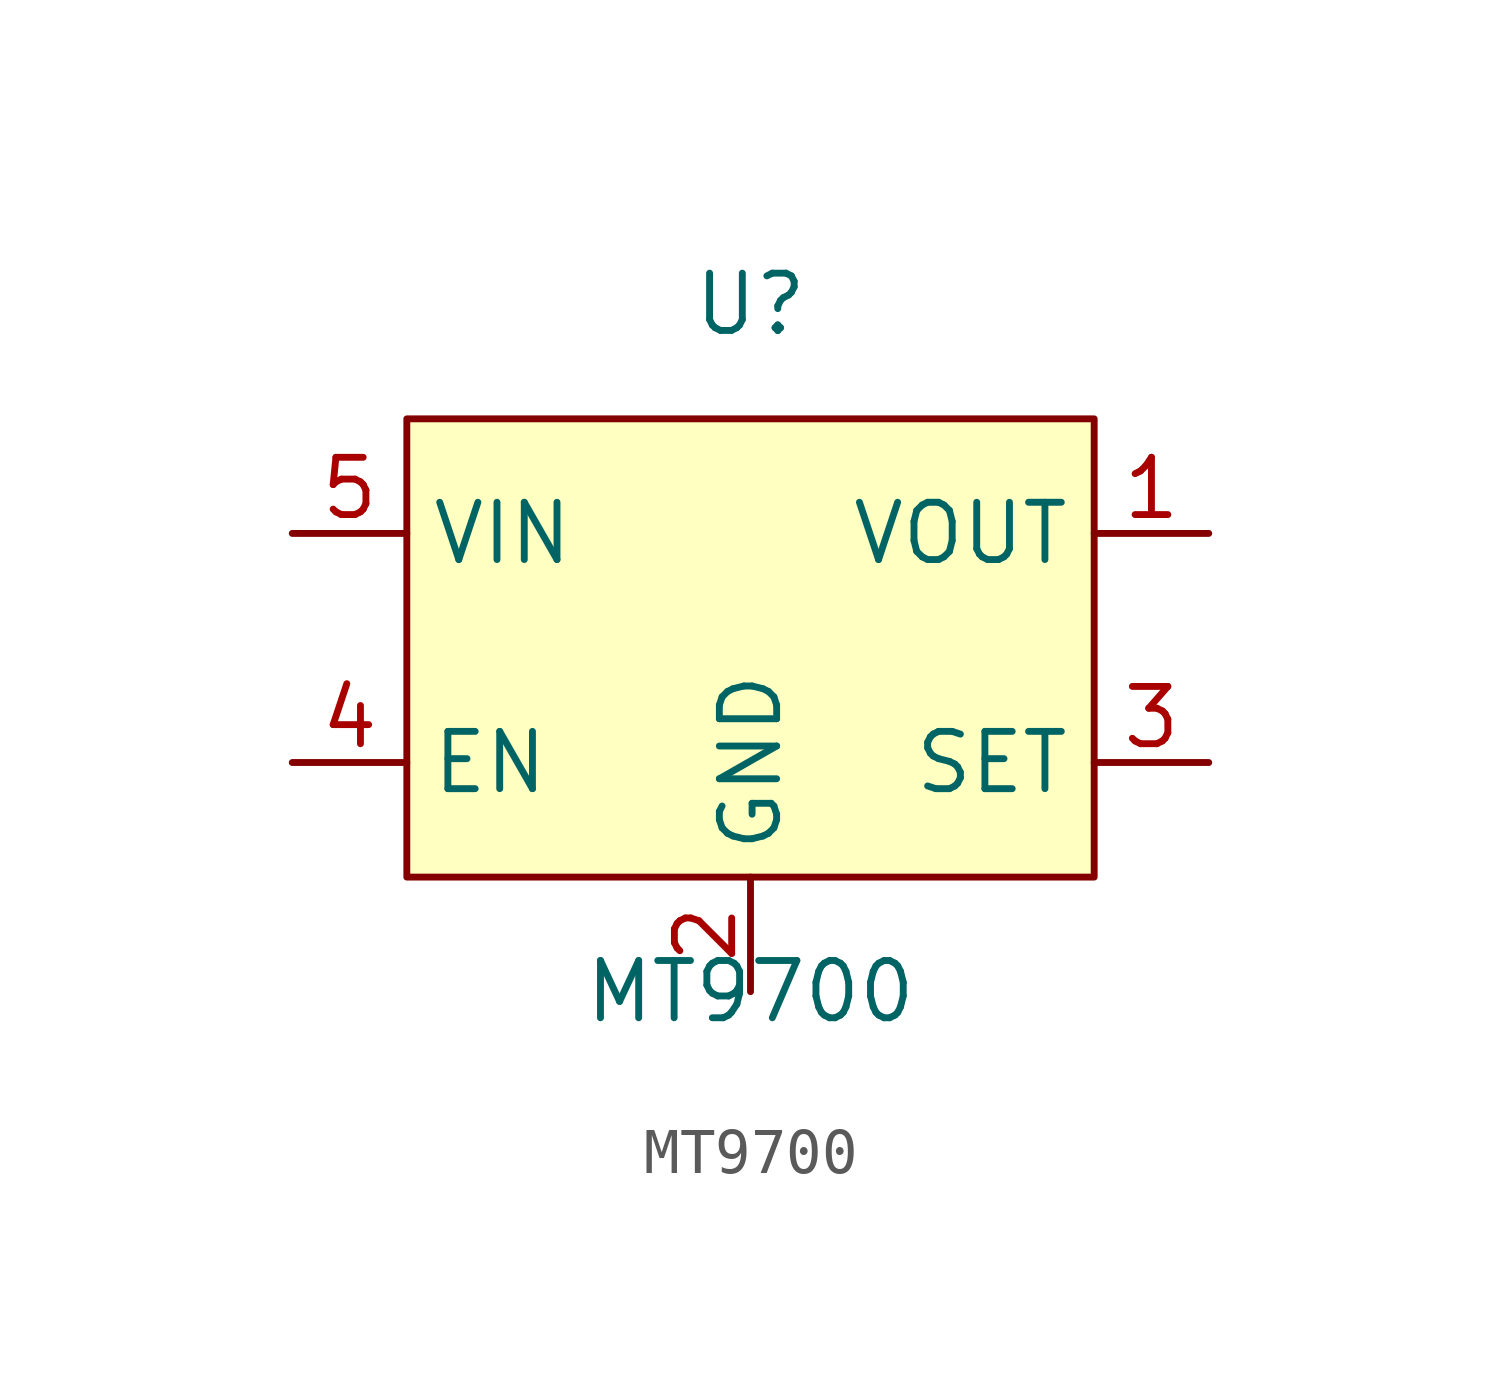
<source format=kicad_sym>
(kicad_symbol_lib
  (version 20231120)
  (generator "kicad_symbol_editor")
  (generator_version "8.0")
  (symbol "MT9700"
    (property "Reference" "U"
      (at 0 7.62 0)
      (effects (font (size 1.27 1.27))))
    (property "Value" "MT9700"
      (at 0 -7.62 0)
      (effects (font (size 1.27 1.27))))
    (symbol "MT9700_0_1"
      (rectangle (start -7.62 5.08) (end 7.62 -5.08) (stroke (width 0) (type default)) (fill (type background)))
      (pin unspecified line (at 10.16 2.54 180) (length 2.54) (name "VOUT" (effects (font (size 1.27 1.27)))) (number "1" (effects (font (size 1.27 1.27)))))
      (pin unspecified line (at 0 -7.62 90) (length 2.54) (name "GND" (effects (font (size 1.27 1.27)))) (number "2" (effects (font (size 1.27 1.27)))))
      (pin unspecified line (at 10.16 -2.54 180) (length 2.54) (name "SET" (effects (font (size 1.27 1.27)))) (number "3" (effects (font (size 1.27 1.27)))))
      (pin unspecified line (at -10.16 -2.54 0) (length 2.54) (name "EN" (effects (font (size 1.27 1.27)))) (number "4" (effects (font (size 1.27 1.27)))))
      (pin unspecified line (at -10.16 2.54 0) (length 2.54) (name "VIN" (effects (font (size 1.27 1.27)))) (number "5" (effects (font (size 1.27 1.27))))))))
</source>
